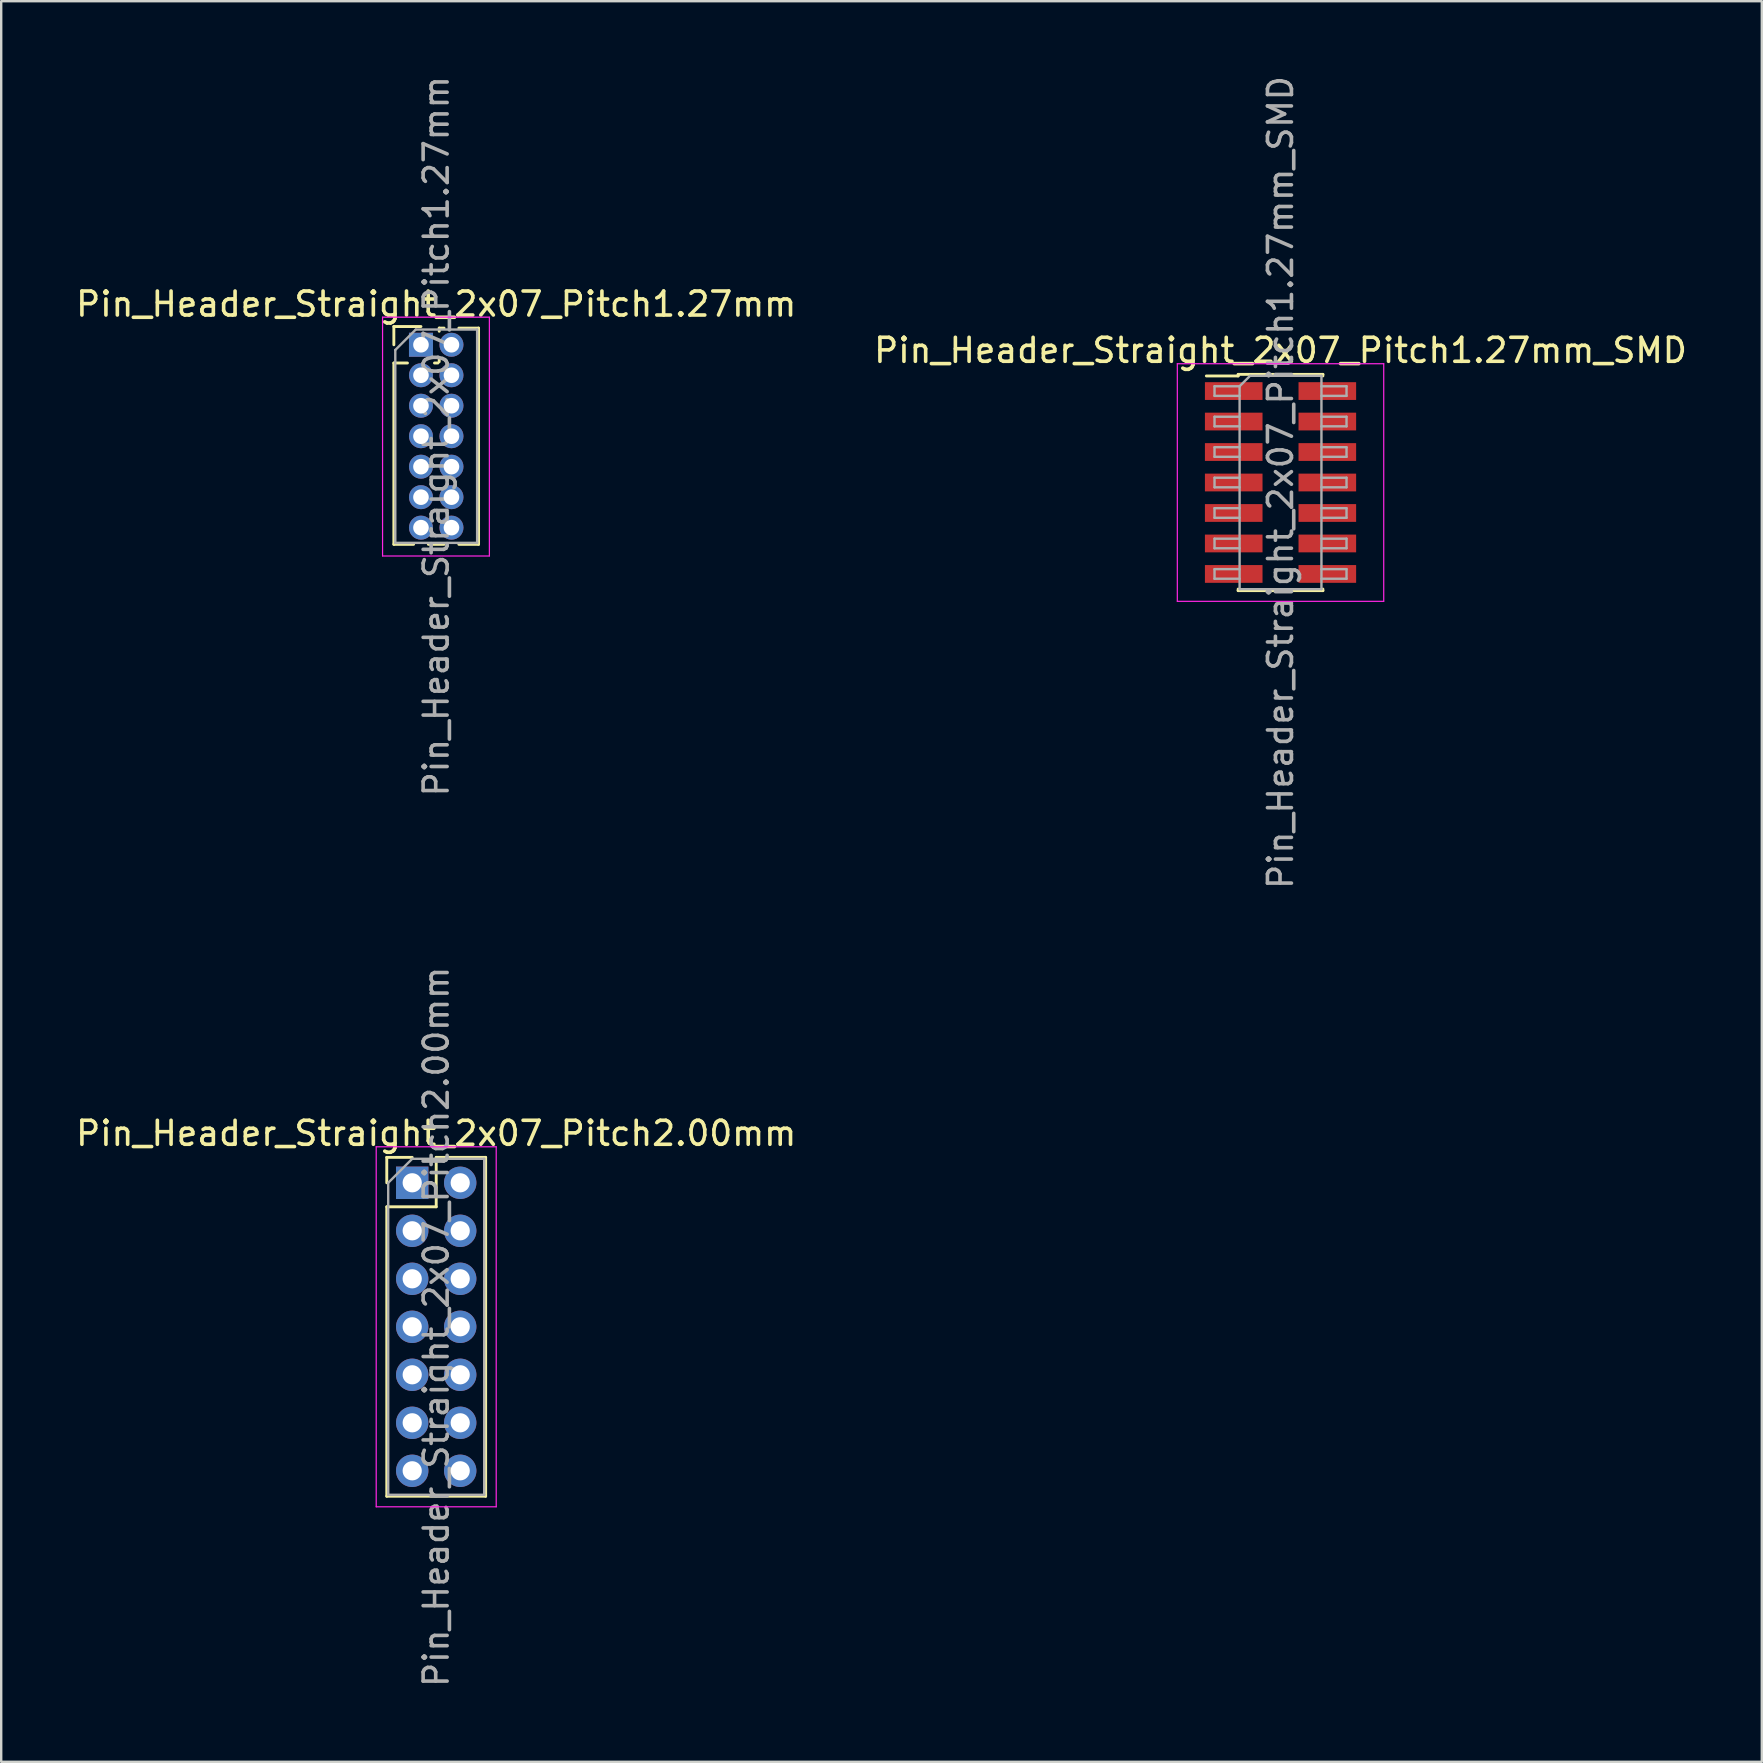
<source format=kicad_pcb>
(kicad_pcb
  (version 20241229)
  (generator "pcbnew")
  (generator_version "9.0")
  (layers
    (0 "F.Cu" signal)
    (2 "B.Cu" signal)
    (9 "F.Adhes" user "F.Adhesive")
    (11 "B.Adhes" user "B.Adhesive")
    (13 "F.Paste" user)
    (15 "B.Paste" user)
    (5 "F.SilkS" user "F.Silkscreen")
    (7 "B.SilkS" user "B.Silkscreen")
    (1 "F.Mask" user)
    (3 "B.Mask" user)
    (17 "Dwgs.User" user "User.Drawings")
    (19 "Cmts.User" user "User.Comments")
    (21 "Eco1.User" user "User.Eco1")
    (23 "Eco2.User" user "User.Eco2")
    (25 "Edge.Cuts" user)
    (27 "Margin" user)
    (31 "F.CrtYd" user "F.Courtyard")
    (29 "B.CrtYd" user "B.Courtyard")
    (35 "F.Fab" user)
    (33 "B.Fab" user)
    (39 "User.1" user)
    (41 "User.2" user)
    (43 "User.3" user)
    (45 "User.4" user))
  (footprint "Pin_Header_Straight_2x07_Pitch1.27mm"
    (layer "F.Cu")
    (at 14.49 11.315)
    (property "Reference" "Pin_Header_Straight_2x07_Pitch1.27mm" (at 0.635 -1.695 0) (layer "F.SilkS") (effects (font (size 1 1) (thickness 0.15))))
    (attr through_hole)
    (fp_line (start -1.13 -0.76) (end 0 -0.76) (stroke (width 0.12) (type solid)) (layer "F.SilkS"))
    (fp_line (start -1.13 0) (end -1.13 -0.76) (stroke (width 0.12) (type solid)) (layer "F.SilkS"))
    (fp_line (start -1.13 0.76) (end -1.13 8.315) (stroke (width 0.12) (type solid)) (layer "F.SilkS"))
    (fp_line (start -1.13 0.76) (end -0.563 0.76) (stroke (width 0.12) (type solid)) (layer "F.SilkS"))
    (fp_line (start -1.13 8.315) (end -0.308 8.315) (stroke (width 0.12) (type solid)) (layer "F.SilkS"))
    (fp_line (start 0.308 8.315) (end 0.962 8.315) (stroke (width 0.12) (type solid)) (layer "F.SilkS"))
    (fp_line (start 0.563 0.76) (end 0.707 0.76) (stroke (width 0.12) (type solid)) (layer "F.SilkS"))
    (fp_line (start 0.76 -0.695) (end 0.962 -0.695) (stroke (width 0.12) (type solid)) (layer "F.SilkS"))
    (fp_line (start 0.76 -0.563) (end 0.76 -0.695) (stroke (width 0.12) (type solid)) (layer "F.SilkS"))
    (fp_line (start 0.76 0.707) (end 0.76 0.563) (stroke (width 0.12) (type solid)) (layer "F.SilkS"))
    (fp_line (start 1.578 -0.695) (end 2.4 -0.695) (stroke (width 0.12) (type solid)) (layer "F.SilkS"))
    (fp_line (start 1.578 8.315) (end 2.4 8.315) (stroke (width 0.12) (type solid)) (layer "F.SilkS"))
    (fp_line (start 2.4 -0.695) (end 2.4 8.315) (stroke (width 0.12) (type solid)) (layer "F.SilkS"))
    (fp_line (start -1.6 -1.15) (end -1.6 8.8) (stroke (width 0.05) (type solid)) (layer "F.CrtYd"))
    (fp_line (start -1.6 8.8) (end 2.85 8.8) (stroke (width 0.05) (type solid)) (layer "F.CrtYd"))
    (fp_line (start 2.85 -1.15) (end -1.6 -1.15) (stroke (width 0.05) (type solid)) (layer "F.CrtYd"))
    (fp_line (start 2.85 8.8) (end 2.85 -1.15) (stroke (width 0.05) (type solid)) (layer "F.CrtYd"))
    (fp_line (start -1.07 0.217) (end -0.217 -0.635) (stroke (width 0.1) (type solid)) (layer "F.Fab"))
    (fp_line (start -1.07 8.255) (end -1.07 0.217) (stroke (width 0.1) (type solid)) (layer "F.Fab"))
    (fp_line (start -0.217 -0.635) (end 2.34 -0.635) (stroke (width 0.1) (type solid)) (layer "F.Fab"))
    (fp_line (start 2.34 -0.635) (end 2.34 8.255) (stroke (width 0.1) (type solid)) (layer "F.Fab"))
    (fp_line (start 2.34 8.255) (end -1.07 8.255) (stroke (width 0.1) (type solid)) (layer "F.Fab"))
    (fp_text user "${REFERENCE}" (at 0.635 3.81 90) (layer "F.Fab") (effects (font (size 1 1) (thickness 0.15))))
    (pad "1" thru_hole rect (at 0 0) (size 1 1) (drill 0.65) (layers "*.Cu" "*.Mask"))
    (pad "2" thru_hole oval (at 1.27 0) (size 1 1) (drill 0.65) (layers "*.Cu" "*.Mask"))
    (pad "3" thru_hole oval (at 0 1.27) (size 1 1) (drill 0.65) (layers "*.Cu" "*.Mask"))
    (pad "4" thru_hole oval (at 1.27 1.27) (size 1 1) (drill 0.65) (layers "*.Cu" "*.Mask"))
    (pad "5" thru_hole oval (at 0 2.54) (size 1 1) (drill 0.65) (layers "*.Cu" "*.Mask"))
    (pad "6" thru_hole oval (at 1.27 2.54) (size 1 1) (drill 0.65) (layers "*.Cu" "*.Mask"))
    (pad "7" thru_hole oval (at 0 3.81) (size 1 1) (drill 0.65) (layers "*.Cu" "*.Mask"))
    (pad "8" thru_hole oval (at 1.27 3.81) (size 1 1) (drill 0.65) (layers "*.Cu" "*.Mask"))
    (pad "9" thru_hole oval (at 0 5.08) (size 1 1) (drill 0.65) (layers "*.Cu" "*.Mask"))
    (pad "10" thru_hole oval (at 1.27 5.08) (size 1 1) (drill 0.65) (layers "*.Cu" "*.Mask"))
    (pad "11" thru_hole oval (at 0 6.35) (size 1 1) (drill 0.65) (layers "*.Cu" "*.Mask"))
    (pad "12" thru_hole oval (at 1.27 6.35) (size 1 1) (drill 0.65) (layers "*.Cu" "*.Mask"))
    (pad "13" thru_hole oval (at 0 7.62) (size 1 1) (drill 0.65) (layers "*.Cu" "*.Mask"))
    (pad "14" thru_hole oval (at 1.27 7.62) (size 1 1) (drill 0.65) (layers "*.Cu" "*.Mask")))
  (footprint "Pin_Header_Straight_2x07_Pitch2.00mm"
    (layer "F.Cu")
    (at 14.125 46.232)
    (property "Reference" "Pin_Header_Straight_2x07_Pitch2.00mm" (at 1 -2.06 0) (layer "F.SilkS") (effects (font (size 1 1) (thickness 0.15))))
    (attr through_hole)
    (fp_line (start -1.06 -1.06) (end 0 -1.06) (stroke (width 0.12) (type solid)) (layer "F.SilkS"))
    (fp_line (start -1.06 0) (end -1.06 -1.06) (stroke (width 0.12) (type solid)) (layer "F.SilkS"))
    (fp_line (start -1.06 1) (end -1.06 13.06) (stroke (width 0.12) (type solid)) (layer "F.SilkS"))
    (fp_line (start -1.06 1) (end 1 1) (stroke (width 0.12) (type solid)) (layer "F.SilkS"))
    (fp_line (start -1.06 13.06) (end 3.06 13.06) (stroke (width 0.12) (type solid)) (layer "F.SilkS"))
    (fp_line (start 1 -1.06) (end 3.06 -1.06) (stroke (width 0.12) (type solid)) (layer "F.SilkS"))
    (fp_line (start 1 1) (end 1 -1.06) (stroke (width 0.12) (type solid)) (layer "F.SilkS"))
    (fp_line (start 3.06 -1.06) (end 3.06 13.06) (stroke (width 0.12) (type solid)) (layer "F.SilkS"))
    (fp_line (start -1.5 -1.5) (end -1.5 13.5) (stroke (width 0.05) (type solid)) (layer "F.CrtYd"))
    (fp_line (start -1.5 13.5) (end 3.5 13.5) (stroke (width 0.05) (type solid)) (layer "F.CrtYd"))
    (fp_line (start 3.5 -1.5) (end -1.5 -1.5) (stroke (width 0.05) (type solid)) (layer "F.CrtYd"))
    (fp_line (start 3.5 13.5) (end 3.5 -1.5) (stroke (width 0.05) (type solid)) (layer "F.CrtYd"))
    (fp_line (start -1 0) (end 0 -1) (stroke (width 0.1) (type solid)) (layer "F.Fab"))
    (fp_line (start -1 13) (end -1 0) (stroke (width 0.1) (type solid)) (layer "F.Fab"))
    (fp_line (start 0 -1) (end 3 -1) (stroke (width 0.1) (type solid)) (layer "F.Fab"))
    (fp_line (start 3 -1) (end 3 13) (stroke (width 0.1) (type solid)) (layer "F.Fab"))
    (fp_line (start 3 13) (end -1 13) (stroke (width 0.1) (type solid)) (layer "F.Fab"))
    (fp_text user "${REFERENCE}" (at 1 6 90) (layer "F.Fab") (effects (font (size 1 1) (thickness 0.15))))
    (pad "1" thru_hole rect (at 0 0) (size 1.35 1.35) (drill 0.8) (layers "*.Cu" "*.Mask"))
    (pad "2" thru_hole oval (at 2 0) (size 1.35 1.35) (drill 0.8) (layers "*.Cu" "*.Mask"))
    (pad "3" thru_hole oval (at 0 2) (size 1.35 1.35) (drill 0.8) (layers "*.Cu" "*.Mask"))
    (pad "4" thru_hole oval (at 2 2) (size 1.35 1.35) (drill 0.8) (layers "*.Cu" "*.Mask"))
    (pad "5" thru_hole oval (at 0 4) (size 1.35 1.35) (drill 0.8) (layers "*.Cu" "*.Mask"))
    (pad "6" thru_hole oval (at 2 4) (size 1.35 1.35) (drill 0.8) (layers "*.Cu" "*.Mask"))
    (pad "7" thru_hole oval (at 0 6) (size 1.35 1.35) (drill 0.8) (layers "*.Cu" "*.Mask"))
    (pad "8" thru_hole oval (at 2 6) (size 1.35 1.35) (drill 0.8) (layers "*.Cu" "*.Mask"))
    (pad "9" thru_hole oval (at 0 8) (size 1.35 1.35) (drill 0.8) (layers "*.Cu" "*.Mask"))
    (pad "10" thru_hole oval (at 2 8) (size 1.35 1.35) (drill 0.8) (layers "*.Cu" "*.Mask"))
    (pad "11" thru_hole oval (at 0 10) (size 1.35 1.35) (drill 0.8) (layers "*.Cu" "*.Mask"))
    (pad "12" thru_hole oval (at 2 10) (size 1.35 1.35) (drill 0.8) (layers "*.Cu" "*.Mask"))
    (pad "13" thru_hole oval (at 0 12) (size 1.35 1.35) (drill 0.8) (layers "*.Cu" "*.Mask"))
    (pad "14" thru_hole oval (at 2 12) (size 1.35 1.35) (drill 0.8) (layers "*.Cu" "*.Mask")))
  (footprint "Pin_Header_Straight_2x07_Pitch1.27mm_SMD"
    (layer "F.Cu")
    (at 50.304 17.054)
    (property "Reference" "Pin_Header_Straight_2x07_Pitch1.27mm_SMD" (at 0 -5.505 0) (layer "F.SilkS") (effects (font (size 1 1) (thickness 0.15))))
    (attr smd)
    (fp_line (start -3.09 -4.44) (end -1.765 -4.44) (stroke (width 0.12) (type solid)) (layer "F.SilkS"))
    (fp_line (start -1.765 -4.505) (end -1.765 -4.44) (stroke (width 0.12) (type solid)) (layer "F.SilkS"))
    (fp_line (start -1.765 -4.505) (end 1.765 -4.505) (stroke (width 0.12) (type solid)) (layer "F.SilkS"))
    (fp_line (start -1.765 4.44) (end -1.765 4.505) (stroke (width 0.12) (type solid)) (layer "F.SilkS"))
    (fp_line (start -1.765 4.505) (end 1.765 4.505) (stroke (width 0.12) (type solid)) (layer "F.SilkS"))
    (fp_line (start 1.765 -4.505) (end 1.765 -4.44) (stroke (width 0.12) (type solid)) (layer "F.SilkS"))
    (fp_line (start 1.765 4.44) (end 1.765 4.505) (stroke (width 0.12) (type solid)) (layer "F.SilkS"))
    (fp_line (start -4.3 -4.95) (end -4.3 4.95) (stroke (width 0.05) (type solid)) (layer "F.CrtYd"))
    (fp_line (start -4.3 4.95) (end 4.3 4.95) (stroke (width 0.05) (type solid)) (layer "F.CrtYd"))
    (fp_line (start 4.3 -4.95) (end -4.3 -4.95) (stroke (width 0.05) (type solid)) (layer "F.CrtYd"))
    (fp_line (start 4.3 4.95) (end 4.3 -4.95) (stroke (width 0.05) (type solid)) (layer "F.CrtYd"))
    (fp_line (start -2.75 -4.01) (end -2.75 -3.61) (stroke (width 0.1) (type solid)) (layer "F.Fab"))
    (fp_line (start -2.75 -3.61) (end -1.705 -3.61) (stroke (width 0.1) (type solid)) (layer "F.Fab"))
    (fp_line (start -2.75 -2.74) (end -2.75 -2.34) (stroke (width 0.1) (type solid)) (layer "F.Fab"))
    (fp_line (start -2.75 -2.34) (end -1.705 -2.34) (stroke (width 0.1) (type solid)) (layer "F.Fab"))
    (fp_line (start -2.75 -1.47) (end -2.75 -1.07) (stroke (width 0.1) (type solid)) (layer "F.Fab"))
    (fp_line (start -2.75 -1.07) (end -1.705 -1.07) (stroke (width 0.1) (type solid)) (layer "F.Fab"))
    (fp_line (start -2.75 -0.2) (end -2.75 0.2) (stroke (width 0.1) (type solid)) (layer "F.Fab"))
    (fp_line (start -2.75 0.2) (end -1.705 0.2) (stroke (width 0.1) (type solid)) (layer "F.Fab"))
    (fp_line (start -2.75 1.07) (end -2.75 1.47) (stroke (width 0.1) (type solid)) (layer "F.Fab"))
    (fp_line (start -2.75 1.47) (end -1.705 1.47) (stroke (width 0.1) (type solid)) (layer "F.Fab"))
    (fp_line (start -2.75 2.34) (end -2.75 2.74) (stroke (width 0.1) (type solid)) (layer "F.Fab"))
    (fp_line (start -2.75 2.74) (end -1.705 2.74) (stroke (width 0.1) (type solid)) (layer "F.Fab"))
    (fp_line (start -2.75 3.61) (end -2.75 4.01) (stroke (width 0.1) (type solid)) (layer "F.Fab"))
    (fp_line (start -2.75 4.01) (end -1.705 4.01) (stroke (width 0.1) (type solid)) (layer "F.Fab"))
    (fp_line (start -1.705 -4.01) (end -2.75 -4.01) (stroke (width 0.1) (type solid)) (layer "F.Fab"))
    (fp_line (start -1.705 -4.01) (end -1.27 -4.445) (stroke (width 0.1) (type solid)) (layer "F.Fab"))
    (fp_line (start -1.705 -2.74) (end -2.75 -2.74) (stroke (width 0.1) (type solid)) (layer "F.Fab"))
    (fp_line (start -1.705 -1.47) (end -2.75 -1.47) (stroke (width 0.1) (type solid)) (layer "F.Fab"))
    (fp_line (start -1.705 -0.2) (end -2.75 -0.2) (stroke (width 0.1) (type solid)) (layer "F.Fab"))
    (fp_line (start -1.705 1.07) (end -2.75 1.07) (stroke (width 0.1) (type solid)) (layer "F.Fab"))
    (fp_line (start -1.705 2.34) (end -2.75 2.34) (stroke (width 0.1) (type solid)) (layer "F.Fab"))
    (fp_line (start -1.705 3.61) (end -2.75 3.61) (stroke (width 0.1) (type solid)) (layer "F.Fab"))
    (fp_line (start -1.705 4.445) (end -1.705 -4.01) (stroke (width 0.1) (type solid)) (layer "F.Fab"))
    (fp_line (start -1.27 -4.445) (end 1.705 -4.445) (stroke (width 0.1) (type solid)) (layer "F.Fab"))
    (fp_line (start 1.705 -4.445) (end 1.705 4.445) (stroke (width 0.1) (type solid)) (layer "F.Fab"))
    (fp_line (start 1.705 -4.01) (end 2.75 -4.01) (stroke (width 0.1) (type solid)) (layer "F.Fab"))
    (fp_line (start 1.705 -2.74) (end 2.75 -2.74) (stroke (width 0.1) (type solid)) (layer "F.Fab"))
    (fp_line (start 1.705 -1.47) (end 2.75 -1.47) (stroke (width 0.1) (type solid)) (layer "F.Fab"))
    (fp_line (start 1.705 -0.2) (end 2.75 -0.2) (stroke (width 0.1) (type solid)) (layer "F.Fab"))
    (fp_line (start 1.705 1.07) (end 2.75 1.07) (stroke (width 0.1) (type solid)) (layer "F.Fab"))
    (fp_line (start 1.705 2.34) (end 2.75 2.34) (stroke (width 0.1) (type solid)) (layer "F.Fab"))
    (fp_line (start 1.705 3.61) (end 2.75 3.61) (stroke (width 0.1) (type solid)) (layer "F.Fab"))
    (fp_line (start 1.705 4.445) (end -1.705 4.445) (stroke (width 0.1) (type solid)) (layer "F.Fab"))
    (fp_line (start 2.75 -4.01) (end 2.75 -3.61) (stroke (width 0.1) (type solid)) (layer "F.Fab"))
    (fp_line (start 2.75 -3.61) (end 1.705 -3.61) (stroke (width 0.1) (type solid)) (layer "F.Fab"))
    (fp_line (start 2.75 -2.74) (end 2.75 -2.34) (stroke (width 0.1) (type solid)) (layer "F.Fab"))
    (fp_line (start 2.75 -2.34) (end 1.705 -2.34) (stroke (width 0.1) (type solid)) (layer "F.Fab"))
    (fp_line (start 2.75 -1.47) (end 2.75 -1.07) (stroke (width 0.1) (type solid)) (layer "F.Fab"))
    (fp_line (start 2.75 -1.07) (end 1.705 -1.07) (stroke (width 0.1) (type solid)) (layer "F.Fab"))
    (fp_line (start 2.75 -0.2) (end 2.75 0.2) (stroke (width 0.1) (type solid)) (layer "F.Fab"))
    (fp_line (start 2.75 0.2) (end 1.705 0.2) (stroke (width 0.1) (type solid)) (layer "F.Fab"))
    (fp_line (start 2.75 1.07) (end 2.75 1.47) (stroke (width 0.1) (type solid)) (layer "F.Fab"))
    (fp_line (start 2.75 1.47) (end 1.705 1.47) (stroke (width 0.1) (type solid)) (layer "F.Fab"))
    (fp_line (start 2.75 2.34) (end 2.75 2.74) (stroke (width 0.1) (type solid)) (layer "F.Fab"))
    (fp_line (start 2.75 2.74) (end 1.705 2.74) (stroke (width 0.1) (type solid)) (layer "F.Fab"))
    (fp_line (start 2.75 3.61) (end 2.75 4.01) (stroke (width 0.1) (type solid)) (layer "F.Fab"))
    (fp_line (start 2.75 4.01) (end 1.705 4.01) (stroke (width 0.1) (type solid)) (layer "F.Fab"))
    (fp_text user "${REFERENCE}" (at 0 0 90) (layer "F.Fab") (effects (font (size 1 1) (thickness 0.15))))
    (pad "1" smd rect (at -1.95 -3.81) (size 2.4 0.74) (layers "F.Cu" "F.Mask" "F.Paste"))
    (pad "2" smd rect (at 1.95 -3.81) (size 2.4 0.74) (layers "F.Cu" "F.Mask" "F.Paste"))
    (pad "3" smd rect (at -1.95 -2.54) (size 2.4 0.74) (layers "F.Cu" "F.Mask" "F.Paste"))
    (pad "4" smd rect (at 1.95 -2.54) (size 2.4 0.74) (layers "F.Cu" "F.Mask" "F.Paste"))
    (pad "5" smd rect (at -1.95 -1.27) (size 2.4 0.74) (layers "F.Cu" "F.Mask" "F.Paste"))
    (pad "6" smd rect (at 1.95 -1.27) (size 2.4 0.74) (layers "F.Cu" "F.Mask" "F.Paste"))
    (pad "7" smd rect (at -1.95 0) (size 2.4 0.74) (layers "F.Cu" "F.Mask" "F.Paste"))
    (pad "8" smd rect (at 1.95 0) (size 2.4 0.74) (layers "F.Cu" "F.Mask" "F.Paste"))
    (pad "9" smd rect (at -1.95 1.27) (size 2.4 0.74) (layers "F.Cu" "F.Mask" "F.Paste"))
    (pad "10" smd rect (at 1.95 1.27) (size 2.4 0.74) (layers "F.Cu" "F.Mask" "F.Paste"))
    (pad "11" smd rect (at -1.95 2.54) (size 2.4 0.74) (layers "F.Cu" "F.Mask" "F.Paste"))
    (pad "12" smd rect (at 1.95 2.54) (size 2.4 0.74) (layers "F.Cu" "F.Mask" "F.Paste"))
    (pad "13" smd rect (at -1.95 3.81) (size 2.4 0.74) (layers "F.Cu" "F.Mask" "F.Paste"))
    (pad "14" smd rect (at 1.95 3.81) (size 2.4 0.74) (layers "F.Cu" "F.Mask" "F.Paste")))
  (gr_rect
    (start -3 -3)
    (end 70.357 70.357)
    (stroke (width 0.1) (type default))
    (fill no)
    (layer "Edge.Cuts")))
</source>
